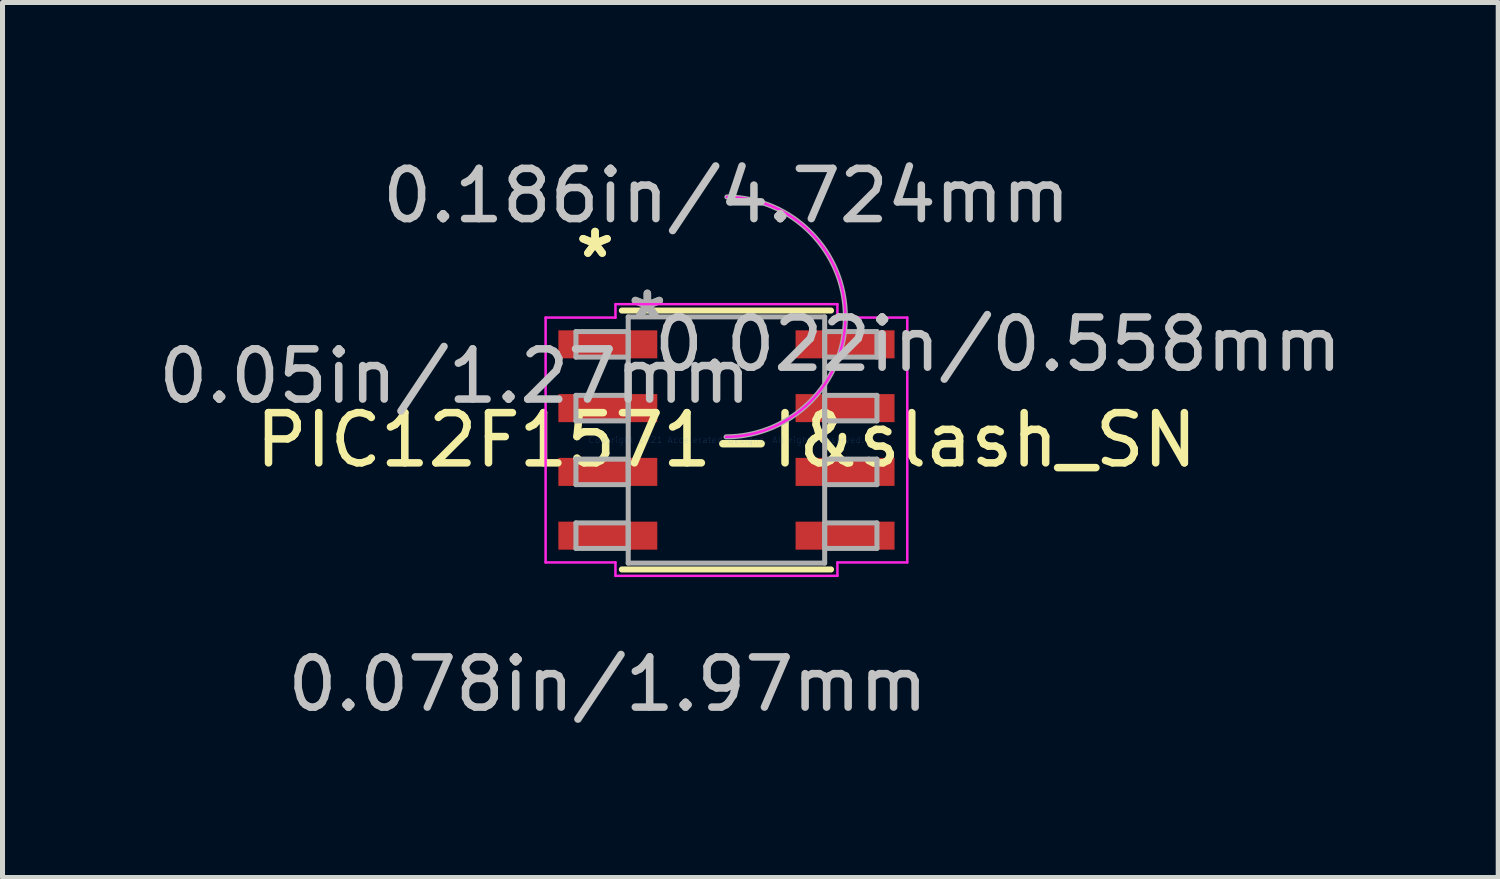
<source format=kicad_pcb>
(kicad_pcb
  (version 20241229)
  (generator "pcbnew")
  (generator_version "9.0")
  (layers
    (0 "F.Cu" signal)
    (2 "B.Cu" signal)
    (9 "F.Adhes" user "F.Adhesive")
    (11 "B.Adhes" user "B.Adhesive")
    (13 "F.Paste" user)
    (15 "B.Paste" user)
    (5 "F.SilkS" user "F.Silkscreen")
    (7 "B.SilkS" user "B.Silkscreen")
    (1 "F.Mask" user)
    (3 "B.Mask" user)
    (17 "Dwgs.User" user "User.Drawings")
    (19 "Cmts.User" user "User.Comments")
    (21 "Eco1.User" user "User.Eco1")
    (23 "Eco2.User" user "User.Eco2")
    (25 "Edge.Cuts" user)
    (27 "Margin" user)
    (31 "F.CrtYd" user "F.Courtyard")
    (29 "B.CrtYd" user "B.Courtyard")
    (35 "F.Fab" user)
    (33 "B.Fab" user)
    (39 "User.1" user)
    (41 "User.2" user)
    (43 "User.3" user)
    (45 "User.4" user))
  (footprint "PIC12F1571-I&slash_SN"
    (layer "F.Cu")
    (at 11.416 5.712)
    (property "Reference" "PIC12F1571-I&slash_SN" (at 0 0 0) (layer "F.SilkS") (effects (font (size 1 1) (thickness 0.15))))
    (attr through_hole)
    (fp_line (start -2.083 2.578) (end 2.083 2.578) (stroke (width 0.12) (type solid)) (layer "F.SilkS"))
    (fp_line (start 2.083 -2.578) (end -2.083 -2.578) (stroke (width 0.12) (type solid)) (layer "F.SilkS"))
    (fp_line (start -3.601 -2.438) (end -2.21 -2.438) (stroke (width 0.05) (type solid)) (layer "F.CrtYd"))
    (fp_line (start -3.601 2.438) (end -3.601 -2.438) (stroke (width 0.05) (type solid)) (layer "F.CrtYd"))
    (fp_line (start -2.21 -2.705) (end 2.21 -2.705) (stroke (width 0.05) (type solid)) (layer "F.CrtYd"))
    (fp_line (start -2.21 -2.438) (end -2.21 -2.705) (stroke (width 0.05) (type solid)) (layer "F.CrtYd"))
    (fp_line (start -2.21 2.438) (end -3.601 2.438) (stroke (width 0.05) (type solid)) (layer "F.CrtYd"))
    (fp_line (start -2.21 2.705) (end -2.21 2.438) (stroke (width 0.05) (type solid)) (layer "F.CrtYd"))
    (fp_line (start 2.21 -2.705) (end 2.21 -2.438) (stroke (width 0.05) (type solid)) (layer "F.CrtYd"))
    (fp_line (start 2.21 -2.438) (end 3.601 -2.438) (stroke (width 0.05) (type solid)) (layer "F.CrtYd"))
    (fp_line (start 2.21 2.438) (end 2.21 2.705) (stroke (width 0.05) (type solid)) (layer "F.CrtYd"))
    (fp_line (start 2.21 2.705) (end -2.21 2.705) (stroke (width 0.05) (type solid)) (layer "F.CrtYd"))
    (fp_line (start 3.601 -2.438) (end 3.601 2.438) (stroke (width 0.05) (type solid)) (layer "F.CrtYd"))
    (fp_line (start 3.601 2.438) (end 2.21 2.438) (stroke (width 0.05) (type solid)) (layer "F.CrtYd"))
    (fp_arc (start 0.00828 -4.839942) (mid 2.388842 -2.44282) (end -0.00828 -0.062258) (stroke (width 0.05) (type solid)) (layer "F.CrtYd"))
    (fp_line (start -2.997 -2.159) (end -2.997 -1.651) (stroke (width 0.1) (type solid)) (layer "F.Fab"))
    (fp_line (start -2.997 -1.651) (end -1.956 -1.651) (stroke (width 0.1) (type solid)) (layer "F.Fab"))
    (fp_line (start -2.997 -0.889) (end -2.997 -0.381) (stroke (width 0.1) (type solid)) (layer "F.Fab"))
    (fp_line (start -2.997 -0.381) (end -1.956 -0.381) (stroke (width 0.1) (type solid)) (layer "F.Fab"))
    (fp_line (start -2.997 0.381) (end -2.997 0.889) (stroke (width 0.1) (type solid)) (layer "F.Fab"))
    (fp_line (start -2.997 0.889) (end -1.956 0.889) (stroke (width 0.1) (type solid)) (layer "F.Fab"))
    (fp_line (start -2.997 1.651) (end -2.997 2.159) (stroke (width 0.1) (type solid)) (layer "F.Fab"))
    (fp_line (start -2.997 2.159) (end -1.956 2.159) (stroke (width 0.1) (type solid)) (layer "F.Fab"))
    (fp_line (start -1.956 -2.451) (end -1.956 2.451) (stroke (width 0.1) (type solid)) (layer "F.Fab"))
    (fp_line (start -1.956 -2.159) (end -2.997 -2.159) (stroke (width 0.1) (type solid)) (layer "F.Fab"))
    (fp_line (start -1.956 -1.651) (end -1.956 -2.159) (stroke (width 0.1) (type solid)) (layer "F.Fab"))
    (fp_line (start -1.956 -0.889) (end -2.997 -0.889) (stroke (width 0.1) (type solid)) (layer "F.Fab"))
    (fp_line (start -1.956 -0.381) (end -1.956 -0.889) (stroke (width 0.1) (type solid)) (layer "F.Fab"))
    (fp_line (start -1.956 0.381) (end -2.997 0.381) (stroke (width 0.1) (type solid)) (layer "F.Fab"))
    (fp_line (start -1.956 0.889) (end -1.956 0.381) (stroke (width 0.1) (type solid)) (layer "F.Fab"))
    (fp_line (start -1.956 1.651) (end -2.997 1.651) (stroke (width 0.1) (type solid)) (layer "F.Fab"))
    (fp_line (start -1.956 2.159) (end -1.956 1.651) (stroke (width 0.1) (type solid)) (layer "F.Fab"))
    (fp_line (start -1.956 2.451) (end 1.956 2.451) (stroke (width 0.1) (type solid)) (layer "F.Fab"))
    (fp_line (start 1.956 -2.451) (end -1.956 -2.451) (stroke (width 0.1) (type solid)) (layer "F.Fab"))
    (fp_line (start 1.956 -2.159) (end 1.956 -1.651) (stroke (width 0.1) (type solid)) (layer "F.Fab"))
    (fp_line (start 1.956 -1.651) (end 2.997 -1.651) (stroke (width 0.1) (type solid)) (layer "F.Fab"))
    (fp_line (start 1.956 -0.889) (end 1.956 -0.381) (stroke (width 0.1) (type solid)) (layer "F.Fab"))
    (fp_line (start 1.956 -0.381) (end 2.997 -0.381) (stroke (width 0.1) (type solid)) (layer "F.Fab"))
    (fp_line (start 1.956 0.381) (end 1.956 0.889) (stroke (width 0.1) (type solid)) (layer "F.Fab"))
    (fp_line (start 1.956 0.889) (end 2.997 0.889) (stroke (width 0.1) (type solid)) (layer "F.Fab"))
    (fp_line (start 1.956 1.651) (end 1.956 2.159) (stroke (width 0.1) (type solid)) (layer "F.Fab"))
    (fp_line (start 1.956 2.159) (end 2.997 2.159) (stroke (width 0.1) (type solid)) (layer "F.Fab"))
    (fp_line (start 1.956 2.451) (end 1.956 -2.451) (stroke (width 0.1) (type solid)) (layer "F.Fab"))
    (fp_line (start 2.997 -2.159) (end 1.956 -2.159) (stroke (width 0.1) (type solid)) (layer "F.Fab"))
    (fp_line (start 2.997 -1.651) (end 2.997 -2.159) (stroke (width 0.1) (type solid)) (layer "F.Fab"))
    (fp_line (start 2.997 -0.889) (end 1.956 -0.889) (stroke (width 0.1) (type solid)) (layer "F.Fab"))
    (fp_line (start 2.997 -0.381) (end 2.997 -0.889) (stroke (width 0.1) (type solid)) (layer "F.Fab"))
    (fp_line (start 2.997 0.381) (end 1.956 0.381) (stroke (width 0.1) (type solid)) (layer "F.Fab"))
    (fp_line (start 2.997 0.889) (end 2.997 0.381) (stroke (width 0.1) (type solid)) (layer "F.Fab"))
    (fp_line (start 2.997 1.651) (end 1.956 1.651) (stroke (width 0.1) (type solid)) (layer "F.Fab"))
    (fp_line (start 2.997 2.159) (end 2.997 1.651) (stroke (width 0.1) (type solid)) (layer "F.Fab"))
    (fp_arc (start 0.007742 -4.839942) (mid 2.388842 -2.443358) (end -0.007742 -0.062258) (stroke (width 0.1) (type solid)) (layer "F.Fab"))
    (fp_text user "*" (at -2.616 -3.606 0) (layer "F.SilkS") (effects (font (size 1 1) (thickness 0.15))))
    (fp_text user "*" (at -2.616 -3.606 0) (layer "F.SilkS") (effects (font (size 1 1) (thickness 0.15))))
    (fp_text user "0.186in/4.724mm" (at 0 -4.864 0) (layer "Dwgs.User") (effects (font (size 1 1) (thickness 0.15))))
    (fp_text user "0.078in/1.97mm" (at -2.362 4.864 0) (layer "Dwgs.User") (effects (font (size 1 1) (thickness 0.15))))
    (fp_text user "0.022in/0.558mm" (at 5.41 -1.905 0) (layer "Dwgs.User") (effects (font (size 1 1) (thickness 0.15))))
    (fp_text user "0.05in/1.27mm" (at -5.41 -1.27 0) (layer "Dwgs.User") (effects (font (size 1 1) (thickness 0.15))))
    (fp_text user "Copyright 2021 Accelerated Designs. All rights reserved." (at 0 0 0) (layer "Cmts.User") (effects (font (size 0.127 0.127) (thickness 0.002))))
    (fp_text user "*" (at -1.575 -2.375 0) (layer "F.Fab") (effects (font (size 1 1) (thickness 0.15))))
    (fp_text user "*" (at -1.575 -2.375 0) (layer "F.Fab") (effects (font (size 1 1) (thickness 0.15))))
    (pad "1" smd rect (at -2.362 -1.905) (size 1.97 0.558) (layers "F.Cu" "F.Mask" "F.Paste"))
    (pad "2" smd rect (at -2.362 -0.635) (size 1.97 0.558) (layers "F.Cu" "F.Mask" "F.Paste"))
    (pad "3" smd rect (at -2.362 0.635) (size 1.97 0.558) (layers "F.Cu" "F.Mask" "F.Paste"))
    (pad "4" smd rect (at -2.362 1.905) (size 1.97 0.558) (layers "F.Cu" "F.Mask" "F.Paste"))
    (pad "5" smd rect (at 2.362 1.905) (size 1.97 0.558) (layers "F.Cu" "F.Mask" "F.Paste"))
    (pad "6" smd rect (at 2.362 0.635) (size 1.97 0.558) (layers "F.Cu" "F.Mask" "F.Paste"))
    (pad "7" smd rect (at 2.362 -0.635) (size 1.97 0.558) (layers "F.Cu" "F.Mask" "F.Paste"))
    (pad "8" smd rect (at 2.362 -1.905) (size 1.97 0.558) (layers "F.Cu" "F.Mask" "F.Paste")))
  (gr_rect
    (start -3 -3)
    (end 26.785 14.425)
    (stroke (width 0.1) (type default))
    (fill no)
    (layer "Edge.Cuts")))
</source>
